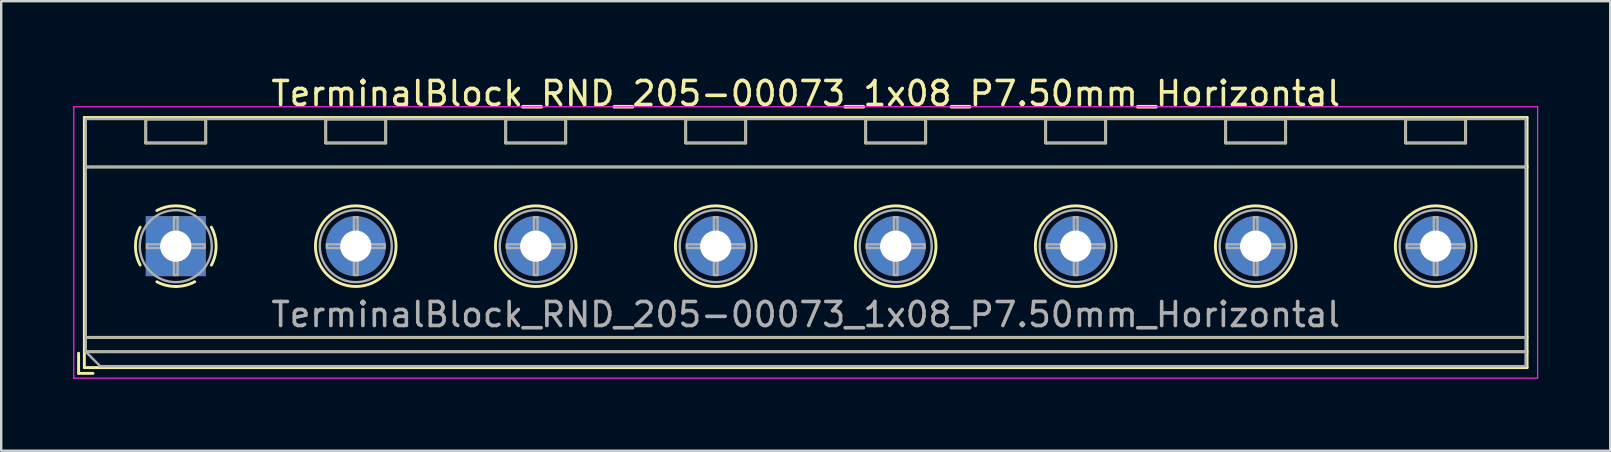
<source format=kicad_pcb>
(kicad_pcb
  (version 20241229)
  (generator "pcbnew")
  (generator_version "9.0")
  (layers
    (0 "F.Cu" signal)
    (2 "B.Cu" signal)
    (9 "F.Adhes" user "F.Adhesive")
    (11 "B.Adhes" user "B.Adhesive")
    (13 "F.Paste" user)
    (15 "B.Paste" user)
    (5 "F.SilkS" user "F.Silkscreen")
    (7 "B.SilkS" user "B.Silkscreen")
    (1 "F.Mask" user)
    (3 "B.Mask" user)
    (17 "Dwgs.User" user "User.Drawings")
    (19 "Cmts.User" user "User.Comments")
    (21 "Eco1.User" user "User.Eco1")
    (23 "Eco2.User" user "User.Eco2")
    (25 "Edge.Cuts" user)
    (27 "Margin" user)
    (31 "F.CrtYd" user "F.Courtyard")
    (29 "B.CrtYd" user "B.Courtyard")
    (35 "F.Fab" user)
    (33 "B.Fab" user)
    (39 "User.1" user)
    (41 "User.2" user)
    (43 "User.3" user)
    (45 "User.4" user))
  (footprint "TerminalBlock_RND_205-00073_1x08_P7.50mm_Horizontal"
    (layer "F.Cu")
    (at 4.275 7.208)
    (property "Reference" "TerminalBlock_RND_205-00073_1x08_P7.50mm_Horizontal" (at 26.25 -6.36 0) (layer "F.SilkS") (effects (font (size 1 1) (thickness 0.15))))
    (attr through_hole)
    (fp_line (start -4.05 4.46) (end -4.05 5.3) (stroke (width 0.12) (type solid)) (layer "F.SilkS"))
    (fp_line (start -4.05 5.3) (end -3.45 5.3) (stroke (width 0.12) (type solid)) (layer "F.SilkS"))
    (fp_line (start -3.81 -5.36) (end -3.81 5.06) (stroke (width 0.12) (type solid)) (layer "F.SilkS"))
    (fp_line (start -3.81 -5.36) (end 56.31 -5.36) (stroke (width 0.12) (type solid)) (layer "F.SilkS"))
    (fp_line (start -3.81 -3.301) (end 56.31 -3.301) (stroke (width 0.12) (type solid)) (layer "F.SilkS"))
    (fp_line (start -3.81 3.8) (end 56.31 3.8) (stroke (width 0.12) (type solid)) (layer "F.SilkS"))
    (fp_line (start -3.81 4.4) (end 56.31 4.4) (stroke (width 0.12) (type solid)) (layer "F.SilkS"))
    (fp_line (start -3.81 5.06) (end 56.31 5.06) (stroke (width 0.12) (type solid)) (layer "F.SilkS"))
    (fp_line (start -1.25 -5.301) (end -1.25 -4.301) (stroke (width 0.12) (type solid)) (layer "F.SilkS"))
    (fp_line (start -1.25 -5.301) (end 1.25 -5.301) (stroke (width 0.12) (type solid)) (layer "F.SilkS"))
    (fp_line (start -1.25 -4.301) (end 1.25 -4.301) (stroke (width 0.12) (type solid)) (layer "F.SilkS"))
    (fp_line (start 1.25 -5.301) (end 1.25 -4.301) (stroke (width 0.12) (type solid)) (layer "F.SilkS"))
    (fp_line (start 6.25 -5.301) (end 6.25 -4.301) (stroke (width 0.12) (type solid)) (layer "F.SilkS"))
    (fp_line (start 6.25 -5.301) (end 8.75 -5.301) (stroke (width 0.12) (type solid)) (layer "F.SilkS"))
    (fp_line (start 6.25 -4.301) (end 8.75 -4.301) (stroke (width 0.12) (type solid)) (layer "F.SilkS"))
    (fp_line (start 8.75 -5.301) (end 8.75 -4.301) (stroke (width 0.12) (type solid)) (layer "F.SilkS"))
    (fp_line (start 13.75 -5.301) (end 13.75 -4.301) (stroke (width 0.12) (type solid)) (layer "F.SilkS"))
    (fp_line (start 13.75 -5.301) (end 16.25 -5.301) (stroke (width 0.12) (type solid)) (layer "F.SilkS"))
    (fp_line (start 13.75 -4.301) (end 16.25 -4.301) (stroke (width 0.12) (type solid)) (layer "F.SilkS"))
    (fp_line (start 16.25 -5.301) (end 16.25 -4.301) (stroke (width 0.12) (type solid)) (layer "F.SilkS"))
    (fp_line (start 21.25 -5.301) (end 21.25 -4.301) (stroke (width 0.12) (type solid)) (layer "F.SilkS"))
    (fp_line (start 21.25 -5.301) (end 23.75 -5.301) (stroke (width 0.12) (type solid)) (layer "F.SilkS"))
    (fp_line (start 21.25 -4.301) (end 23.75 -4.301) (stroke (width 0.12) (type solid)) (layer "F.SilkS"))
    (fp_line (start 23.75 -5.301) (end 23.75 -4.301) (stroke (width 0.12) (type solid)) (layer "F.SilkS"))
    (fp_line (start 28.75 -5.301) (end 28.75 -4.301) (stroke (width 0.12) (type solid)) (layer "F.SilkS"))
    (fp_line (start 28.75 -5.301) (end 31.25 -5.301) (stroke (width 0.12) (type solid)) (layer "F.SilkS"))
    (fp_line (start 28.75 -4.301) (end 31.25 -4.301) (stroke (width 0.12) (type solid)) (layer "F.SilkS"))
    (fp_line (start 31.25 -5.301) (end 31.25 -4.301) (stroke (width 0.12) (type solid)) (layer "F.SilkS"))
    (fp_line (start 36.25 -5.301) (end 36.25 -4.301) (stroke (width 0.12) (type solid)) (layer "F.SilkS"))
    (fp_line (start 36.25 -5.301) (end 38.75 -5.301) (stroke (width 0.12) (type solid)) (layer "F.SilkS"))
    (fp_line (start 36.25 -4.301) (end 38.75 -4.301) (stroke (width 0.12) (type solid)) (layer "F.SilkS"))
    (fp_line (start 38.75 -5.301) (end 38.75 -4.301) (stroke (width 0.12) (type solid)) (layer "F.SilkS"))
    (fp_line (start 43.75 -5.301) (end 43.75 -4.301) (stroke (width 0.12) (type solid)) (layer "F.SilkS"))
    (fp_line (start 43.75 -5.301) (end 46.25 -5.301) (stroke (width 0.12) (type solid)) (layer "F.SilkS"))
    (fp_line (start 43.75 -4.301) (end 46.25 -4.301) (stroke (width 0.12) (type solid)) (layer "F.SilkS"))
    (fp_line (start 46.25 -5.301) (end 46.25 -4.301) (stroke (width 0.12) (type solid)) (layer "F.SilkS"))
    (fp_line (start 51.25 -5.301) (end 51.25 -4.301) (stroke (width 0.12) (type solid)) (layer "F.SilkS"))
    (fp_line (start 51.25 -5.301) (end 53.75 -5.301) (stroke (width 0.12) (type solid)) (layer "F.SilkS"))
    (fp_line (start 51.25 -4.301) (end 53.75 -4.301) (stroke (width 0.12) (type solid)) (layer "F.SilkS"))
    (fp_line (start 53.75 -5.301) (end 53.75 -4.301) (stroke (width 0.12) (type solid)) (layer "F.SilkS"))
    (fp_line (start 56.31 -5.36) (end 56.31 5.06) (stroke (width 0.12) (type solid)) (layer "F.SilkS"))
    (fp_arc (start -1.483953 0.789089) (mid -1.680708 0.00005) (end -1.484 -0.789) (stroke (width 0.12) (type solid)) (layer "F.SilkS"))
    (fp_arc (start -0.789089 -1.483953) (mid -0.00005 -1.680708) (end 0.789 -1.484) (stroke (width 0.12) (type solid)) (layer "F.SilkS"))
    (fp_arc (start 0.029383 1.68045) (mid -0.392304 1.634281) (end -0.789 1.484) (stroke (width 0.12) (type solid)) (layer "F.SilkS"))
    (fp_arc (start 0.788712 1.483352) (mid 0.406429 1.630097) (end 0 1.68) (stroke (width 0.12) (type solid)) (layer "F.SilkS"))
    (fp_arc (start 1.483953 -0.789089) (mid 1.680708 -0.00005) (end 1.484 0.789) (stroke (width 0.12) (type solid)) (layer "F.SilkS"))
    (fp_circle (center 7.5 0) (end 9.18 0) (stroke (width 0.12) (type solid)) (fill no) (layer "F.SilkS"))
    (fp_circle (center 15 0) (end 16.68 0) (stroke (width 0.12) (type solid)) (fill no) (layer "F.SilkS"))
    (fp_circle (center 22.5 0) (end 24.18 0) (stroke (width 0.12) (type solid)) (fill no) (layer "F.SilkS"))
    (fp_circle (center 30 0) (end 31.68 0) (stroke (width 0.12) (type solid)) (fill no) (layer "F.SilkS"))
    (fp_circle (center 37.5 0) (end 39.18 0) (stroke (width 0.12) (type solid)) (fill no) (layer "F.SilkS"))
    (fp_circle (center 45 0) (end 46.68 0) (stroke (width 0.12) (type solid)) (fill no) (layer "F.SilkS"))
    (fp_circle (center 52.5 0) (end 54.18 0) (stroke (width 0.12) (type solid)) (fill no) (layer "F.SilkS"))
    (fp_line (start -4.25 -5.81) (end -4.25 5.5) (stroke (width 0.05) (type solid)) (layer "F.CrtYd"))
    (fp_line (start -4.25 5.5) (end 56.75 5.5) (stroke (width 0.05) (type solid)) (layer "F.CrtYd"))
    (fp_line (start 56.75 -5.81) (end -4.25 -5.81) (stroke (width 0.05) (type solid)) (layer "F.CrtYd"))
    (fp_line (start 56.75 5.5) (end 56.75 -5.81) (stroke (width 0.05) (type solid)) (layer "F.CrtYd"))
    (fp_line (start -3.75 -5.3) (end 56.25 -5.3) (stroke (width 0.1) (type solid)) (layer "F.Fab"))
    (fp_line (start -3.75 -3.3) (end 56.25 -3.3) (stroke (width 0.1) (type solid)) (layer "F.Fab"))
    (fp_line (start -3.75 3.8) (end 56.25 3.8) (stroke (width 0.1) (type solid)) (layer "F.Fab"))
    (fp_line (start -3.75 4.4) (end -3.75 -5.3) (stroke (width 0.1) (type solid)) (layer "F.Fab"))
    (fp_line (start -3.75 4.4) (end 56.25 4.4) (stroke (width 0.1) (type solid)) (layer "F.Fab"))
    (fp_line (start -3.15 5) (end -3.75 4.4) (stroke (width 0.1) (type solid)) (layer "F.Fab"))
    (fp_line (start -1.25 -5.3) (end -1.25 -4.3) (stroke (width 0.1) (type solid)) (layer "F.Fab"))
    (fp_line (start -1.25 -4.3) (end 1.25 -4.3) (stroke (width 0.1) (type solid)) (layer "F.Fab"))
    (fp_line (start -1.201 -0.076) (end -0.076 -0.076) (stroke (width 0.1) (type solid)) (layer "F.Fab"))
    (fp_line (start -1.201 0.076) (end -1.201 -0.076) (stroke (width 0.1) (type solid)) (layer "F.Fab"))
    (fp_line (start -0.076 -1.201) (end 0.076 -1.201) (stroke (width 0.1) (type solid)) (layer "F.Fab"))
    (fp_line (start -0.076 -0.076) (end -0.076 -1.201) (stroke (width 0.1) (type solid)) (layer "F.Fab"))
    (fp_line (start -0.076 0.076) (end -1.201 0.076) (stroke (width 0.1) (type solid)) (layer "F.Fab"))
    (fp_line (start -0.076 1.201) (end -0.076 0.076) (stroke (width 0.1) (type solid)) (layer "F.Fab"))
    (fp_line (start 0.076 -1.201) (end 0.076 -0.076) (stroke (width 0.1) (type solid)) (layer "F.Fab"))
    (fp_line (start 0.076 -0.076) (end 1.201 -0.076) (stroke (width 0.1) (type solid)) (layer "F.Fab"))
    (fp_line (start 0.076 0.076) (end 0.076 1.201) (stroke (width 0.1) (type solid)) (layer "F.Fab"))
    (fp_line (start 0.076 1.201) (end -0.076 1.201) (stroke (width 0.1) (type solid)) (layer "F.Fab"))
    (fp_line (start 1.201 -0.076) (end 1.201 0.076) (stroke (width 0.1) (type solid)) (layer "F.Fab"))
    (fp_line (start 1.201 0.076) (end 0.076 0.076) (stroke (width 0.1) (type solid)) (layer "F.Fab"))
    (fp_line (start 1.25 -5.3) (end -1.25 -5.3) (stroke (width 0.1) (type solid)) (layer "F.Fab"))
    (fp_line (start 1.25 -4.3) (end 1.25 -5.3) (stroke (width 0.1) (type solid)) (layer "F.Fab"))
    (fp_line (start 6.25 -5.3) (end 6.25 -4.3) (stroke (width 0.1) (type solid)) (layer "F.Fab"))
    (fp_line (start 6.25 -4.3) (end 8.75 -4.3) (stroke (width 0.1) (type solid)) (layer "F.Fab"))
    (fp_line (start 6.299 -0.076) (end 7.424 -0.076) (stroke (width 0.1) (type solid)) (layer "F.Fab"))
    (fp_line (start 6.299 0.076) (end 6.299 -0.076) (stroke (width 0.1) (type solid)) (layer "F.Fab"))
    (fp_line (start 7.424 -1.201) (end 7.576 -1.201) (stroke (width 0.1) (type solid)) (layer "F.Fab"))
    (fp_line (start 7.424 -0.076) (end 7.424 -1.201) (stroke (width 0.1) (type solid)) (layer "F.Fab"))
    (fp_line (start 7.424 0.076) (end 6.299 0.076) (stroke (width 0.1) (type solid)) (layer "F.Fab"))
    (fp_line (start 7.424 1.201) (end 7.424 0.076) (stroke (width 0.1) (type solid)) (layer "F.Fab"))
    (fp_line (start 7.576 -1.201) (end 7.576 -0.076) (stroke (width 0.1) (type solid)) (layer "F.Fab"))
    (fp_line (start 7.576 -0.076) (end 8.701 -0.076) (stroke (width 0.1) (type solid)) (layer "F.Fab"))
    (fp_line (start 7.576 0.076) (end 7.576 1.201) (stroke (width 0.1) (type solid)) (layer "F.Fab"))
    (fp_line (start 7.576 1.201) (end 7.424 1.201) (stroke (width 0.1) (type solid)) (layer "F.Fab"))
    (fp_line (start 8.701 -0.076) (end 8.701 0.076) (stroke (width 0.1) (type solid)) (layer "F.Fab"))
    (fp_line (start 8.701 0.076) (end 7.576 0.076) (stroke (width 0.1) (type solid)) (layer "F.Fab"))
    (fp_line (start 8.75 -5.3) (end 6.25 -5.3) (stroke (width 0.1) (type solid)) (layer "F.Fab"))
    (fp_line (start 8.75 -4.3) (end 8.75 -5.3) (stroke (width 0.1) (type solid)) (layer "F.Fab"))
    (fp_line (start 13.75 -5.3) (end 13.75 -4.3) (stroke (width 0.1) (type solid)) (layer "F.Fab"))
    (fp_line (start 13.75 -4.3) (end 16.25 -4.3) (stroke (width 0.1) (type solid)) (layer "F.Fab"))
    (fp_line (start 13.799 -0.076) (end 14.924 -0.076) (stroke (width 0.1) (type solid)) (layer "F.Fab"))
    (fp_line (start 13.799 0.076) (end 13.799 -0.076) (stroke (width 0.1) (type solid)) (layer "F.Fab"))
    (fp_line (start 14.924 -1.201) (end 15.076 -1.201) (stroke (width 0.1) (type solid)) (layer "F.Fab"))
    (fp_line (start 14.924 -0.076) (end 14.924 -1.201) (stroke (width 0.1) (type solid)) (layer "F.Fab"))
    (fp_line (start 14.924 0.076) (end 13.799 0.076) (stroke (width 0.1) (type solid)) (layer "F.Fab"))
    (fp_line (start 14.924 1.201) (end 14.924 0.076) (stroke (width 0.1) (type solid)) (layer "F.Fab"))
    (fp_line (start 15.076 -1.201) (end 15.076 -0.076) (stroke (width 0.1) (type solid)) (layer "F.Fab"))
    (fp_line (start 15.076 -0.076) (end 16.201 -0.076) (stroke (width 0.1) (type solid)) (layer "F.Fab"))
    (fp_line (start 15.076 0.076) (end 15.076 1.201) (stroke (width 0.1) (type solid)) (layer "F.Fab"))
    (fp_line (start 15.076 1.201) (end 14.924 1.201) (stroke (width 0.1) (type solid)) (layer "F.Fab"))
    (fp_line (start 16.201 -0.076) (end 16.201 0.076) (stroke (width 0.1) (type solid)) (layer "F.Fab"))
    (fp_line (start 16.201 0.076) (end 15.076 0.076) (stroke (width 0.1) (type solid)) (layer "F.Fab"))
    (fp_line (start 16.25 -5.3) (end 13.75 -5.3) (stroke (width 0.1) (type solid)) (layer "F.Fab"))
    (fp_line (start 16.25 -4.3) (end 16.25 -5.3) (stroke (width 0.1) (type solid)) (layer "F.Fab"))
    (fp_line (start 21.25 -5.3) (end 21.25 -4.3) (stroke (width 0.1) (type solid)) (layer "F.Fab"))
    (fp_line (start 21.25 -4.3) (end 23.75 -4.3) (stroke (width 0.1) (type solid)) (layer "F.Fab"))
    (fp_line (start 21.299 -0.076) (end 22.424 -0.076) (stroke (width 0.1) (type solid)) (layer "F.Fab"))
    (fp_line (start 21.299 0.076) (end 21.299 -0.076) (stroke (width 0.1) (type solid)) (layer "F.Fab"))
    (fp_line (start 22.424 -1.201) (end 22.576 -1.201) (stroke (width 0.1) (type solid)) (layer "F.Fab"))
    (fp_line (start 22.424 -0.076) (end 22.424 -1.201) (stroke (width 0.1) (type solid)) (layer "F.Fab"))
    (fp_line (start 22.424 0.076) (end 21.299 0.076) (stroke (width 0.1) (type solid)) (layer "F.Fab"))
    (fp_line (start 22.424 1.201) (end 22.424 0.076) (stroke (width 0.1) (type solid)) (layer "F.Fab"))
    (fp_line (start 22.576 -1.201) (end 22.576 -0.076) (stroke (width 0.1) (type solid)) (layer "F.Fab"))
    (fp_line (start 22.576 -0.076) (end 23.701 -0.076) (stroke (width 0.1) (type solid)) (layer "F.Fab"))
    (fp_line (start 22.576 0.076) (end 22.576 1.201) (stroke (width 0.1) (type solid)) (layer "F.Fab"))
    (fp_line (start 22.576 1.201) (end 22.424 1.201) (stroke (width 0.1) (type solid)) (layer "F.Fab"))
    (fp_line (start 23.701 -0.076) (end 23.701 0.076) (stroke (width 0.1) (type solid)) (layer "F.Fab"))
    (fp_line (start 23.701 0.076) (end 22.576 0.076) (stroke (width 0.1) (type solid)) (layer "F.Fab"))
    (fp_line (start 23.75 -5.3) (end 21.25 -5.3) (stroke (width 0.1) (type solid)) (layer "F.Fab"))
    (fp_line (start 23.75 -4.3) (end 23.75 -5.3) (stroke (width 0.1) (type solid)) (layer "F.Fab"))
    (fp_line (start 28.75 -5.3) (end 28.75 -4.3) (stroke (width 0.1) (type solid)) (layer "F.Fab"))
    (fp_line (start 28.75 -4.3) (end 31.25 -4.3) (stroke (width 0.1) (type solid)) (layer "F.Fab"))
    (fp_line (start 28.799 -0.076) (end 29.924 -0.076) (stroke (width 0.1) (type solid)) (layer "F.Fab"))
    (fp_line (start 28.799 0.076) (end 28.799 -0.076) (stroke (width 0.1) (type solid)) (layer "F.Fab"))
    (fp_line (start 29.924 -1.201) (end 30.076 -1.201) (stroke (width 0.1) (type solid)) (layer "F.Fab"))
    (fp_line (start 29.924 -0.076) (end 29.924 -1.201) (stroke (width 0.1) (type solid)) (layer "F.Fab"))
    (fp_line (start 29.924 0.076) (end 28.799 0.076) (stroke (width 0.1) (type solid)) (layer "F.Fab"))
    (fp_line (start 29.924 1.201) (end 29.924 0.076) (stroke (width 0.1) (type solid)) (layer "F.Fab"))
    (fp_line (start 30.076 -1.201) (end 30.076 -0.076) (stroke (width 0.1) (type solid)) (layer "F.Fab"))
    (fp_line (start 30.076 -0.076) (end 31.201 -0.076) (stroke (width 0.1) (type solid)) (layer "F.Fab"))
    (fp_line (start 30.076 0.076) (end 30.076 1.201) (stroke (width 0.1) (type solid)) (layer "F.Fab"))
    (fp_line (start 30.076 1.201) (end 29.924 1.201) (stroke (width 0.1) (type solid)) (layer "F.Fab"))
    (fp_line (start 31.201 -0.076) (end 31.201 0.076) (stroke (width 0.1) (type solid)) (layer "F.Fab"))
    (fp_line (start 31.201 0.076) (end 30.076 0.076) (stroke (width 0.1) (type solid)) (layer "F.Fab"))
    (fp_line (start 31.25 -5.3) (end 28.75 -5.3) (stroke (width 0.1) (type solid)) (layer "F.Fab"))
    (fp_line (start 31.25 -4.3) (end 31.25 -5.3) (stroke (width 0.1) (type solid)) (layer "F.Fab"))
    (fp_line (start 36.25 -5.3) (end 36.25 -4.3) (stroke (width 0.1) (type solid)) (layer "F.Fab"))
    (fp_line (start 36.25 -4.3) (end 38.75 -4.3) (stroke (width 0.1) (type solid)) (layer "F.Fab"))
    (fp_line (start 36.299 -0.076) (end 37.424 -0.076) (stroke (width 0.1) (type solid)) (layer "F.Fab"))
    (fp_line (start 36.299 0.076) (end 36.299 -0.076) (stroke (width 0.1) (type solid)) (layer "F.Fab"))
    (fp_line (start 37.424 -1.201) (end 37.576 -1.201) (stroke (width 0.1) (type solid)) (layer "F.Fab"))
    (fp_line (start 37.424 -0.076) (end 37.424 -1.201) (stroke (width 0.1) (type solid)) (layer "F.Fab"))
    (fp_line (start 37.424 0.076) (end 36.299 0.076) (stroke (width 0.1) (type solid)) (layer "F.Fab"))
    (fp_line (start 37.424 1.201) (end 37.424 0.076) (stroke (width 0.1) (type solid)) (layer "F.Fab"))
    (fp_line (start 37.576 -1.201) (end 37.576 -0.076) (stroke (width 0.1) (type solid)) (layer "F.Fab"))
    (fp_line (start 37.576 -0.076) (end 38.701 -0.076) (stroke (width 0.1) (type solid)) (layer "F.Fab"))
    (fp_line (start 37.576 0.076) (end 37.576 1.201) (stroke (width 0.1) (type solid)) (layer "F.Fab"))
    (fp_line (start 37.576 1.201) (end 37.424 1.201) (stroke (width 0.1) (type solid)) (layer "F.Fab"))
    (fp_line (start 38.701 -0.076) (end 38.701 0.076) (stroke (width 0.1) (type solid)) (layer "F.Fab"))
    (fp_line (start 38.701 0.076) (end 37.576 0.076) (stroke (width 0.1) (type solid)) (layer "F.Fab"))
    (fp_line (start 38.75 -5.3) (end 36.25 -5.3) (stroke (width 0.1) (type solid)) (layer "F.Fab"))
    (fp_line (start 38.75 -4.3) (end 38.75 -5.3) (stroke (width 0.1) (type solid)) (layer "F.Fab"))
    (fp_line (start 43.75 -5.3) (end 43.75 -4.3) (stroke (width 0.1) (type solid)) (layer "F.Fab"))
    (fp_line (start 43.75 -4.3) (end 46.25 -4.3) (stroke (width 0.1) (type solid)) (layer "F.Fab"))
    (fp_line (start 43.799 -0.076) (end 44.924 -0.076) (stroke (width 0.1) (type solid)) (layer "F.Fab"))
    (fp_line (start 43.799 0.076) (end 43.799 -0.076) (stroke (width 0.1) (type solid)) (layer "F.Fab"))
    (fp_line (start 44.924 -1.201) (end 45.076 -1.201) (stroke (width 0.1) (type solid)) (layer "F.Fab"))
    (fp_line (start 44.924 -0.076) (end 44.924 -1.201) (stroke (width 0.1) (type solid)) (layer "F.Fab"))
    (fp_line (start 44.924 0.076) (end 43.799 0.076) (stroke (width 0.1) (type solid)) (layer "F.Fab"))
    (fp_line (start 44.924 1.201) (end 44.924 0.076) (stroke (width 0.1) (type solid)) (layer "F.Fab"))
    (fp_line (start 45.076 -1.201) (end 45.076 -0.076) (stroke (width 0.1) (type solid)) (layer "F.Fab"))
    (fp_line (start 45.076 -0.076) (end 46.201 -0.076) (stroke (width 0.1) (type solid)) (layer "F.Fab"))
    (fp_line (start 45.076 0.076) (end 45.076 1.201) (stroke (width 0.1) (type solid)) (layer "F.Fab"))
    (fp_line (start 45.076 1.201) (end 44.924 1.201) (stroke (width 0.1) (type solid)) (layer "F.Fab"))
    (fp_line (start 46.201 -0.076) (end 46.201 0.076) (stroke (width 0.1) (type solid)) (layer "F.Fab"))
    (fp_line (start 46.201 0.076) (end 45.076 0.076) (stroke (width 0.1) (type solid)) (layer "F.Fab"))
    (fp_line (start 46.25 -5.3) (end 43.75 -5.3) (stroke (width 0.1) (type solid)) (layer "F.Fab"))
    (fp_line (start 46.25 -4.3) (end 46.25 -5.3) (stroke (width 0.1) (type solid)) (layer "F.Fab"))
    (fp_line (start 51.25 -5.3) (end 51.25 -4.3) (stroke (width 0.1) (type solid)) (layer "F.Fab"))
    (fp_line (start 51.25 -4.3) (end 53.75 -4.3) (stroke (width 0.1) (type solid)) (layer "F.Fab"))
    (fp_line (start 51.299 -0.076) (end 52.424 -0.076) (stroke (width 0.1) (type solid)) (layer "F.Fab"))
    (fp_line (start 51.299 0.076) (end 51.299 -0.076) (stroke (width 0.1) (type solid)) (layer "F.Fab"))
    (fp_line (start 52.424 -1.201) (end 52.576 -1.201) (stroke (width 0.1) (type solid)) (layer "F.Fab"))
    (fp_line (start 52.424 -0.076) (end 52.424 -1.201) (stroke (width 0.1) (type solid)) (layer "F.Fab"))
    (fp_line (start 52.424 0.076) (end 51.299 0.076) (stroke (width 0.1) (type solid)) (layer "F.Fab"))
    (fp_line (start 52.424 1.201) (end 52.424 0.076) (stroke (width 0.1) (type solid)) (layer "F.Fab"))
    (fp_line (start 52.576 -1.201) (end 52.576 -0.076) (stroke (width 0.1) (type solid)) (layer "F.Fab"))
    (fp_line (start 52.576 -0.076) (end 53.701 -0.076) (stroke (width 0.1) (type solid)) (layer "F.Fab"))
    (fp_line (start 52.576 0.076) (end 52.576 1.201) (stroke (width 0.1) (type solid)) (layer "F.Fab"))
    (fp_line (start 52.576 1.201) (end 52.424 1.201) (stroke (width 0.1) (type solid)) (layer "F.Fab"))
    (fp_line (start 53.701 -0.076) (end 53.701 0.076) (stroke (width 0.1) (type solid)) (layer "F.Fab"))
    (fp_line (start 53.701 0.076) (end 52.576 0.076) (stroke (width 0.1) (type solid)) (layer "F.Fab"))
    (fp_line (start 53.75 -5.3) (end 51.25 -5.3) (stroke (width 0.1) (type solid)) (layer "F.Fab"))
    (fp_line (start 53.75 -4.3) (end 53.75 -5.3) (stroke (width 0.1) (type solid)) (layer "F.Fab"))
    (fp_line (start 56.25 -5.3) (end 56.25 5) (stroke (width 0.1) (type solid)) (layer "F.Fab"))
    (fp_line (start 56.25 5) (end -3.15 5) (stroke (width 0.1) (type solid)) (layer "F.Fab"))
    (fp_circle (center 0 0) (end 1.5 0) (stroke (width 0.1) (type solid)) (fill no) (layer "F.Fab"))
    (fp_circle (center 7.5 0) (end 9 0) (stroke (width 0.1) (type solid)) (fill no) (layer "F.Fab"))
    (fp_circle (center 15 0) (end 16.5 0) (stroke (width 0.1) (type solid)) (fill no) (layer "F.Fab"))
    (fp_circle (center 22.5 0) (end 24 0) (stroke (width 0.1) (type solid)) (fill no) (layer "F.Fab"))
    (fp_circle (center 30 0) (end 31.5 0) (stroke (width 0.1) (type solid)) (fill no) (layer "F.Fab"))
    (fp_circle (center 37.5 0) (end 39 0) (stroke (width 0.1) (type solid)) (fill no) (layer "F.Fab"))
    (fp_circle (center 45 0) (end 46.5 0) (stroke (width 0.1) (type solid)) (fill no) (layer "F.Fab"))
    (fp_circle (center 52.5 0) (end 54 0) (stroke (width 0.1) (type solid)) (fill no) (layer "F.Fab"))
    (fp_text user "${REFERENCE}" (at 26.25 2.85 0) (layer "F.Fab") (effects (font (size 1 1) (thickness 0.15))))
    (pad "1" thru_hole rect (at 0 0) (size 2.5 2.5) (drill 1.3) (layers "*.Cu" "*.Mask"))
    (pad "2" thru_hole circle (at 7.5 0) (size 2.5 2.5) (drill 1.3) (layers "*.Cu" "*.Mask"))
    (pad "3" thru_hole circle (at 15 0) (size 2.5 2.5) (drill 1.3) (layers "*.Cu" "*.Mask"))
    (pad "4" thru_hole circle (at 22.5 0) (size 2.5 2.5) (drill 1.3) (layers "*.Cu" "*.Mask"))
    (pad "5" thru_hole circle (at 30 0) (size 2.5 2.5) (drill 1.3) (layers "*.Cu" "*.Mask"))
    (pad "6" thru_hole circle (at 37.5 0) (size 2.5 2.5) (drill 1.3) (layers "*.Cu" "*.Mask"))
    (pad "7" thru_hole circle (at 45 0) (size 2.5 2.5) (drill 1.3) (layers "*.Cu" "*.Mask"))
    (pad "8" thru_hole circle (at 52.5 0) (size 2.5 2.5) (drill 1.3) (layers "*.Cu" "*.Mask")))
  (gr_rect
    (start -3 -3)
    (end 64.05 15.733)
    (stroke (width 0.1) (type default))
    (fill no)
    (layer "Edge.Cuts")))
</source>
